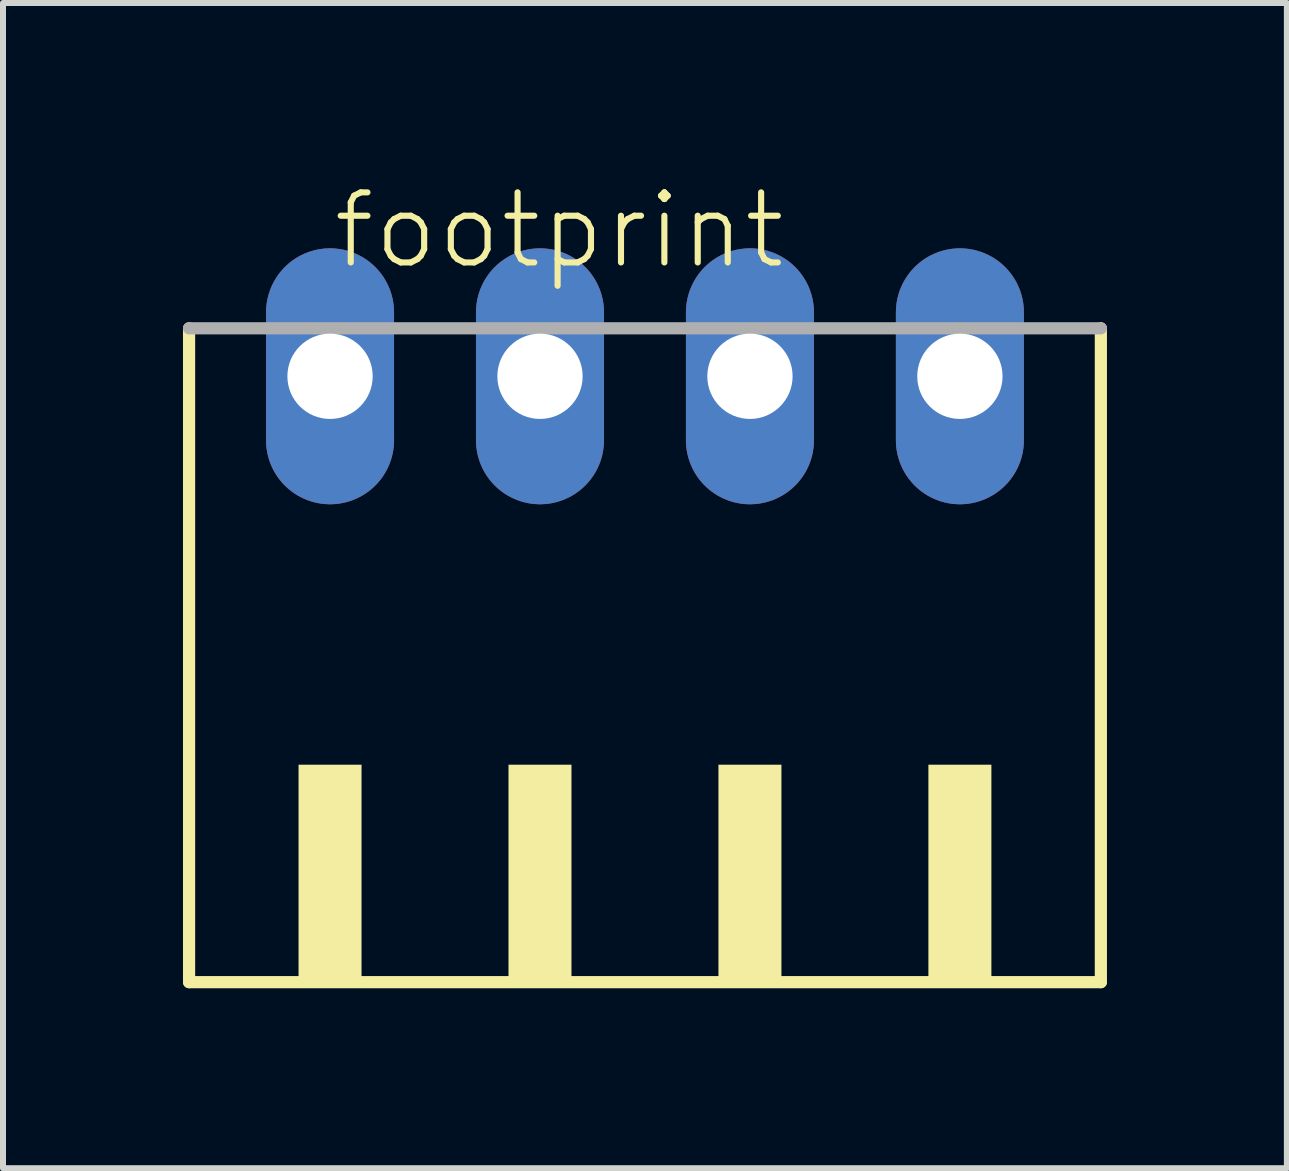
<source format=kicad_pcb>
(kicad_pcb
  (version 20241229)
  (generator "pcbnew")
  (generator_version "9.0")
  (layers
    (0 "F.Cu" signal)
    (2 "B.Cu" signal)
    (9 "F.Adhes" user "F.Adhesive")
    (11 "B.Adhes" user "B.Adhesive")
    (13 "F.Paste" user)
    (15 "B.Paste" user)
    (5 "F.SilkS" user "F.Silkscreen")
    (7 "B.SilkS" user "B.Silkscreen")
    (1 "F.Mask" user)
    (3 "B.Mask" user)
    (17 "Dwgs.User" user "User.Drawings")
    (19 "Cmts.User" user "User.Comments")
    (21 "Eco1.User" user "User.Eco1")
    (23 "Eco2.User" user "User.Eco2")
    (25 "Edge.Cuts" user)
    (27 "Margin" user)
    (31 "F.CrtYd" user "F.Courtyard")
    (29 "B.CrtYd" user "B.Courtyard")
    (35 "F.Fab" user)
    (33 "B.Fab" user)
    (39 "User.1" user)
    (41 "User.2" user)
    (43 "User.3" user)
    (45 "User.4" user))
  (footprint "footprint"
    (layer "F.Cu")
    (at 7.702 8.473)
    (property "Reference" "footprint" (at -5.25 -7 0) (layer "F.SilkS") (effects (font (size 1.168 1.168) (thickness 0.102)) (justify left bottom)))
    (fp_line (start -7.6 -6.05) (end -7.6 4.85) (stroke (width 0.203) (type solid)) (layer "F.SilkS"))
    (fp_line (start -7.6 4.85) (end 7.6 4.85) (stroke (width 0.203) (type solid)) (layer "F.SilkS"))
    (fp_line (start 7.6 4.85) (end 7.6 -6.05) (stroke (width 0.203) (type solid)) (layer "F.SilkS"))
    (fp_poly (pts (xy -5.775 4.9) (xy -4.725 4.9) (xy -4.725 1.225) (xy -5.775 1.225)) (stroke (width 0) (type solid)) (fill yes) (layer "F.SilkS"))
    (fp_poly (pts (xy -2.275 4.9) (xy -1.225 4.9) (xy -1.225 1.225) (xy -2.275 1.225)) (stroke (width 0) (type solid)) (fill yes) (layer "F.SilkS"))
    (fp_poly (pts (xy 1.225 4.9) (xy 2.275 4.9) (xy 2.275 1.225) (xy 1.225 1.225)) (stroke (width 0) (type solid)) (fill yes) (layer "F.SilkS"))
    (fp_poly (pts (xy 4.725 4.9) (xy 5.775 4.9) (xy 5.775 1.225) (xy 4.725 1.225)) (stroke (width 0) (type solid)) (fill yes) (layer "F.SilkS"))
    (fp_line (start 7.6 -6.05) (end -7.6 -6.05) (stroke (width 0.203) (type solid)) (layer "F.Fab"))
    (pad "1" thru_hole oval (at -5.25 -5.25 90) (size 4.267 2.134) (drill 1.422) (layers "*.Cu" "*.Mask"))
    (pad "2" thru_hole oval (at -1.75 -5.25 90) (size 4.267 2.134) (drill 1.422) (layers "*.Cu" "*.Mask"))
    (pad "3" thru_hole oval (at 1.75 -5.25 90) (size 4.267 2.134) (drill 1.422) (layers "*.Cu" "*.Mask"))
    (pad "4" thru_hole oval (at 5.25 -5.25 90) (size 4.267 2.134) (drill 1.422) (layers "*.Cu" "*.Mask")))
  (gr_rect
    (start -3 -3)
    (end 18.403 16.425)
    (stroke (width 0.1) (type default))
    (fill no)
    (layer "Edge.Cuts")))
</source>
